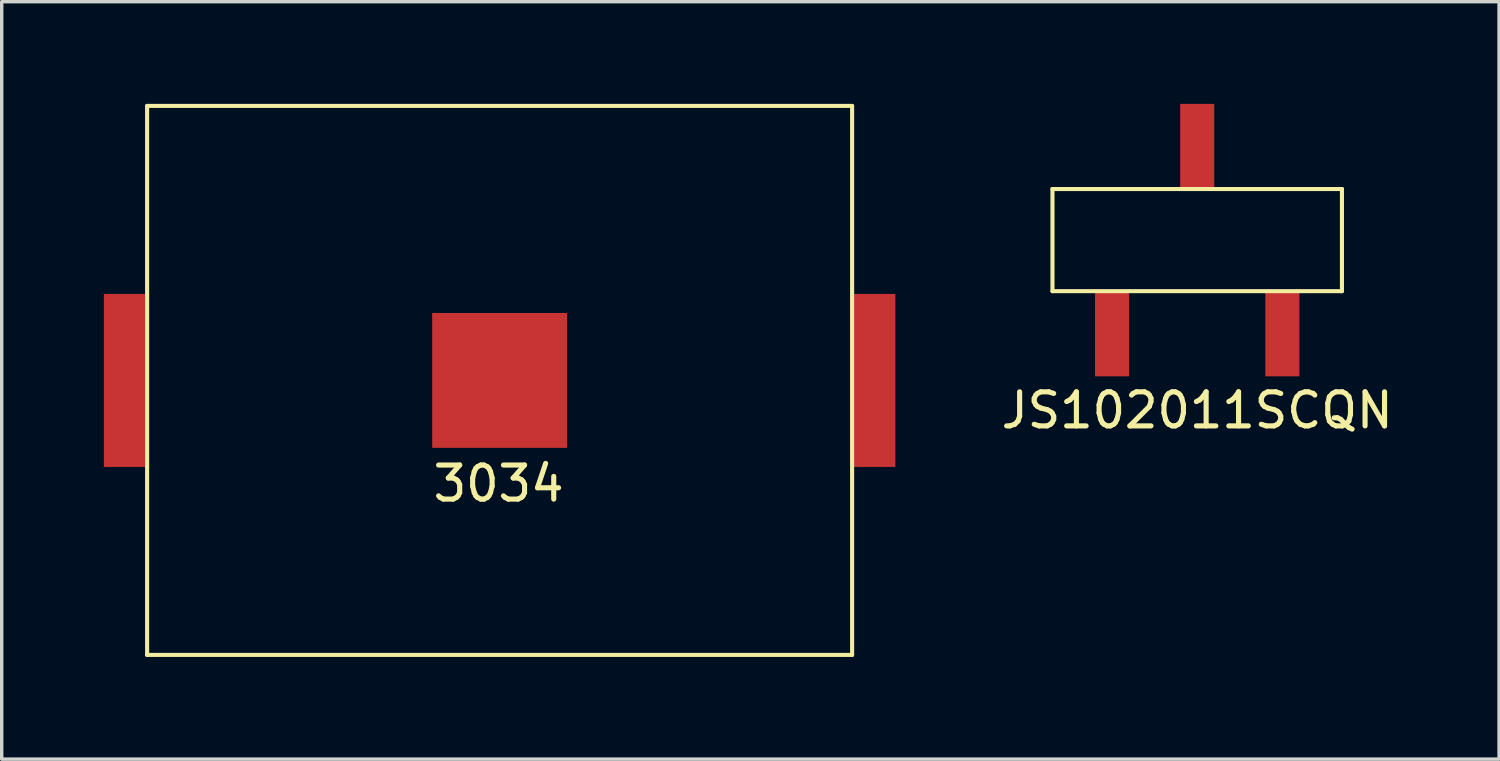
<source format=kicad_pcb>
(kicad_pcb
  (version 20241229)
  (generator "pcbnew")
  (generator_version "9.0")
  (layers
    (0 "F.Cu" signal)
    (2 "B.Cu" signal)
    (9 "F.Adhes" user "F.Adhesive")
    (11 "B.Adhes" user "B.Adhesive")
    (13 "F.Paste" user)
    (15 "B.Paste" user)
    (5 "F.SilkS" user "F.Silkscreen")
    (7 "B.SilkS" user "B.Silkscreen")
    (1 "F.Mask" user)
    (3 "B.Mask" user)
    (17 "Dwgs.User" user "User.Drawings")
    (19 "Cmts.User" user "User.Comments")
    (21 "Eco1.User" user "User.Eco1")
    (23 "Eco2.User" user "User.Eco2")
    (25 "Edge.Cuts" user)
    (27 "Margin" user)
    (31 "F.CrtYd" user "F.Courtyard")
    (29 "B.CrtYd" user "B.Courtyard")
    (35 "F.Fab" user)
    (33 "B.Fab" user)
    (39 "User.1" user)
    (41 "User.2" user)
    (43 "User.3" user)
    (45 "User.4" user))
  (footprint "JS102011SCQN"
    (layer "F.Cu")
    (at 32.103 4)
    (property "Reference" "JS102011SCQN" (at 0 5 0) (layer "F.SilkS") (effects (font (size 1 1) (thickness 0.15))))
    (attr through_hole)
    (fp_line (start -4.25 -1.5) (end -4.25 1.5) (stroke (width 0.12) (type solid)) (layer "F.SilkS"))
    (fp_line (start -4.25 1.5) (end 4.25 1.5) (stroke (width 0.12) (type solid)) (layer "F.SilkS"))
    (fp_line (start 4.25 -1.5) (end -4.25 -1.5) (stroke (width 0.12) (type solid)) (layer "F.SilkS"))
    (fp_line (start 4.25 1.5) (end 4.25 -1.5) (stroke (width 0.12) (type solid)) (layer "F.SilkS"))
    (pad "1" smd rect (at -2.5 2.75) (size 1 2.5) (layers "F.Cu" "F.Mask" "F.Paste"))
    (pad "2" smd rect (at 0 -2.75) (size 1 2.5) (layers "F.Cu" "F.Mask" "F.Paste"))
    (pad "3" smd rect (at 2.5 2.75) (size 1 2.5) (layers "F.Cu" "F.Mask" "F.Paste")))
  (footprint "3034"
    (layer "F.Cu")
    (at 11.62 8.12)
    (property "Reference" "3034" (at -0.03 3.03 0) (layer "F.SilkS") (effects (font (size 1 1) (thickness 0.15))))
    (attr through_hole)
    (fp_line (start -10.35 -8.06) (end 10.35 -8.06) (stroke (width 0.12) (type solid)) (layer "F.SilkS"))
    (fp_line (start -10.35 8.06) (end -10.35 -8.06) (stroke (width 0.12) (type solid)) (layer "F.SilkS"))
    (fp_line (start 10.35 -8.06) (end 10.35 8.06) (stroke (width 0.12) (type solid)) (layer "F.SilkS"))
    (fp_line (start 10.35 8.06) (end -10.35 8.06) (stroke (width 0.12) (type solid)) (layer "F.SilkS"))
    (pad "1" smd rect (at -10.985 0) (size 1.27 5.08) (layers "F.Cu" "F.Mask" "F.Paste"))
    (pad "1" smd rect (at 10.985 0) (size 1.27 5.08) (layers "F.Cu" "F.Mask" "F.Paste"))
    (pad "2" smd rect (at 0 0) (size 3.96 3.96) (layers "F.Cu" "F.Mask" "F.Paste")))
  (gr_rect
    (start -3 -3)
    (end 40.966 19.24)
    (stroke (width 0.1) (type default))
    (fill no)
    (layer "Edge.Cuts")))
</source>
